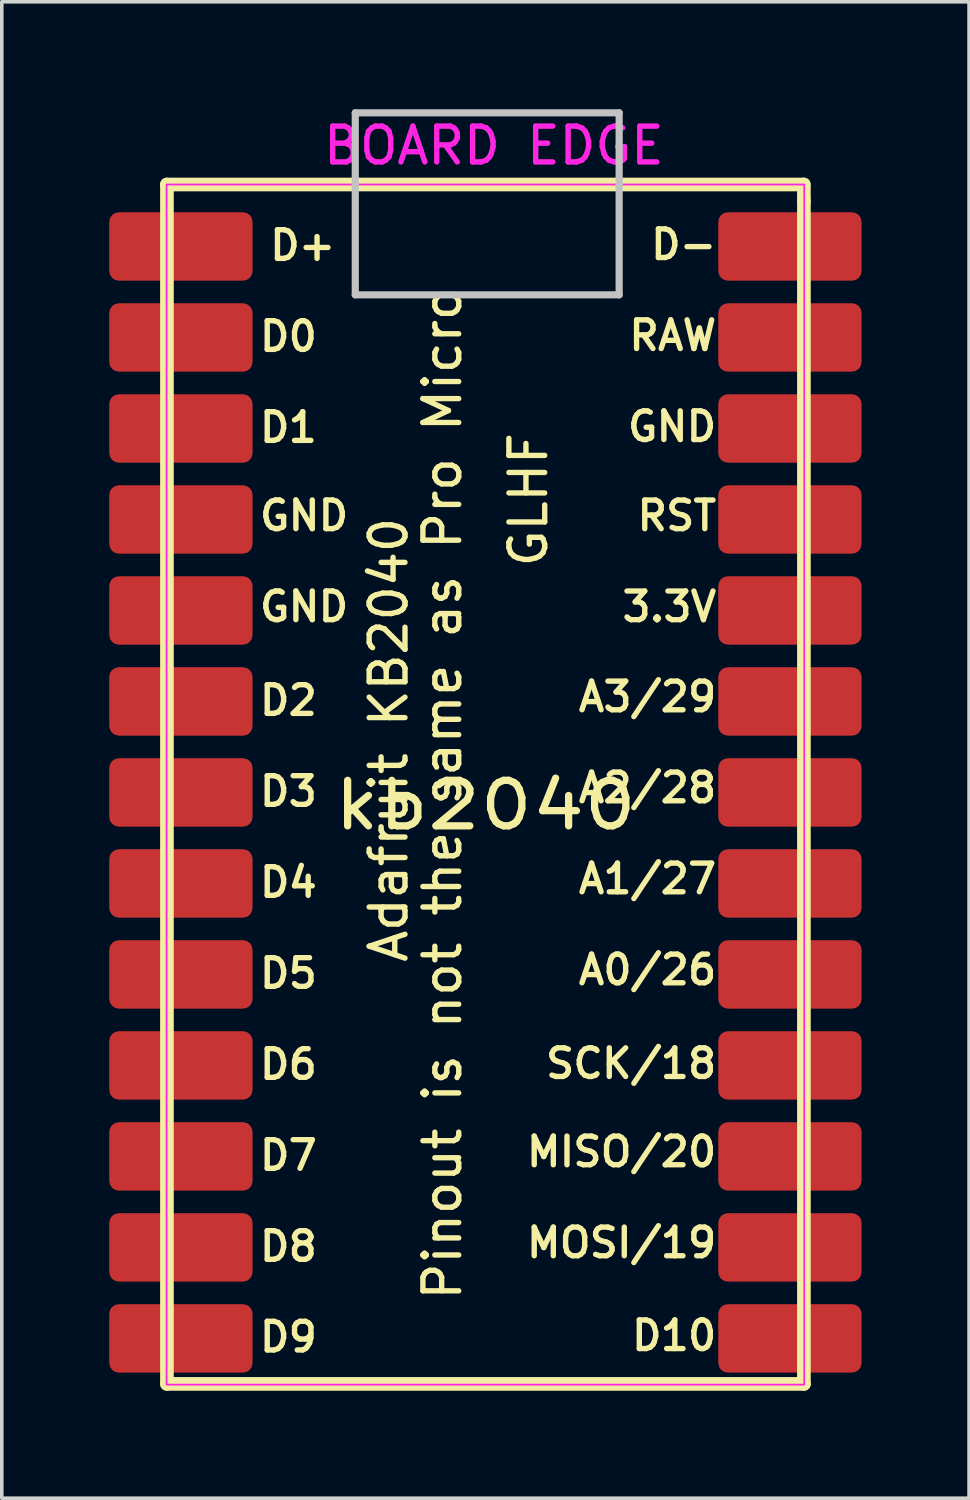
<source format=kicad_pcb>
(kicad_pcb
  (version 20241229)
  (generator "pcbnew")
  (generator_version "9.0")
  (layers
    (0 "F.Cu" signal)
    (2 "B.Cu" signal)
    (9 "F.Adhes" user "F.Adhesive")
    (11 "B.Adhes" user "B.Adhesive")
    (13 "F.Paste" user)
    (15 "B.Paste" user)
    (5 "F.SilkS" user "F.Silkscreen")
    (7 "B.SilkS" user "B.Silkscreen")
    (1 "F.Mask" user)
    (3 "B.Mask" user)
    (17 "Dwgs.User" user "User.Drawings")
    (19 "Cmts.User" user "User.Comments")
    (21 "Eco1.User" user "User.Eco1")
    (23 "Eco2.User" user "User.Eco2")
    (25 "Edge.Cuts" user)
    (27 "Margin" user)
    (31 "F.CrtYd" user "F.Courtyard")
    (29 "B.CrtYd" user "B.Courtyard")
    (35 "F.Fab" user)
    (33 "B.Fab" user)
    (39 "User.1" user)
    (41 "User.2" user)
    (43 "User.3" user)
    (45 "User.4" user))
  (footprint "kb2040"
    (layer "F.Cu")
    (at 10.5 17.8)
    (property "Reference" "kb2040" (at 0 1.625 0) (layer "F.SilkS") (effects (font (size 1.27 1.524) (thickness 0.203))))
    (attr through_hole)
    (fp_line (start -8.89 -15.7) (end -8.89 17.78) (stroke (width 0.381) (type solid)) (layer "F.SilkS"))
    (fp_line (start -8.89 17.78) (end 8.89 17.78) (stroke (width 0.381) (type solid)) (layer "F.SilkS"))
    (fp_line (start 8.88 -15.7) (end -8.89 -15.7) (stroke (width 0.381) (type solid)) (layer "F.SilkS"))
    (fp_line (start 8.89 -15.24) (end 8.89 -15.7) (stroke (width 0.381) (type solid)) (layer "F.SilkS"))
    (fp_line (start 8.89 17.78) (end 8.89 -15.24) (stroke (width 0.381) (type solid)) (layer "F.SilkS"))
    (fp_line (start -3.633 -17.7) (end 3.733 -17.7) (stroke (width 0.2) (type solid)) (layer "Dwgs.User"))
    (fp_line (start -3.633 -12.62) (end -3.633 -17.7) (stroke (width 0.2) (type solid)) (layer "Dwgs.User"))
    (fp_line (start 3.733 -17.7) (end 3.733 -12.62) (stroke (width 0.2) (type solid)) (layer "Dwgs.User"))
    (fp_line (start 3.733 -12.62) (end -3.633 -12.62) (stroke (width 0.2) (type solid)) (layer "Dwgs.User"))
    (fp_rect (start -8.9 -15.7) (end 8.9 17.8) (stroke (width 0.05) (type solid)) (fill no) (layer "F.CrtYd"))
    (fp_text user "GND" (at 5.21 -8.944 0) (layer "F.SilkS") (effects (font (size 0.8 0.8) (thickness 0.15))))
    (fp_text user "3.3V" (at 5.133 -3.915 0) (layer "F.SilkS") (effects (font (size 0.8 0.8) (thickness 0.15))))
    (fp_text user "MOSI/19" (at 3.8 13.84 0) (layer "F.SilkS") (effects (font (size 0.8 0.8) (thickness 0.15))))
    (fp_text user "D7" (at -5.5 11.4 0) (layer "F.SilkS") (effects (font (size 0.8 0.8) (thickness 0.15))))
    (fp_text user "D5" (at -5.5 6.32 0) (layer "F.SilkS") (effects (font (size 0.8 0.8) (thickness 0.15))))
    (fp_text user "Adafruit KB2040" (at -2.7 -0.2 90) (unlocked yes) (layer "F.SilkS") (effects (font (size 1 1) (thickness 0.15))))
    (fp_text user "Pinout is not the same as Pro Micro" (at -1.2 1.3 90) (unlocked yes) (layer "F.SilkS") (effects (font (size 1 1) (thickness 0.15))))
    (fp_text user "D4" (at -5.5 3.78 0) (layer "F.SilkS") (effects (font (size 0.8 0.8) (thickness 0.15))))
    (fp_text user "RAW" (at 5.229 -11.484 0) (layer "F.SilkS") (effects (font (size 0.8 0.8) (thickness 0.15))))
    (fp_text user "GLHF" (at 1.2 -6.9 90) (unlocked yes) (layer "F.SilkS") (effects (font (size 1 1) (thickness 0.15))))
    (fp_text user "A2/28" (at 4.524 1.14 0) (layer "F.SilkS") (effects (font (size 0.8 0.8) (thickness 0.15))))
    (fp_text user "D2" (at -5.5 -1.3 0) (layer "F.SilkS") (effects (font (size 0.8 0.8) (thickness 0.15))))
    (fp_text user "GND" (at -5.062 -3.916 0) (layer "F.SilkS") (effects (font (size 0.8 0.8) (thickness 0.15))))
    (fp_text user "D8" (at -5.5 13.94 0) (layer "F.SilkS") (effects (font (size 0.8 0.8) (thickness 0.15))))
    (fp_text user "D6" (at -5.5 8.86 0) (layer "F.SilkS") (effects (font (size 0.8 0.8) (thickness 0.15))))
    (fp_text user "D-" (at 5.533 -14.024 0) (layer "F.SilkS") (effects (font (size 0.8 0.8) (thickness 0.15))))
    (fp_text user "A3/29" (at 4.524 -1.4 0) (layer "F.SilkS") (effects (font (size 0.8 0.8) (thickness 0.15))))
    (fp_text user "A0/26" (at 4.524 6.22 0) (layer "F.SilkS") (effects (font (size 0.8 0.8) (thickness 0.15))))
    (fp_text user "RST" (at 5.343 -6.455 0) (layer "F.SilkS") (effects (font (size 0.8 0.8) (thickness 0.15))))
    (fp_text user "D+" (at -5.1 -14 0) (layer "F.SilkS") (effects (font (size 0.8 0.8) (thickness 0.15))))
    (fp_text user "D0" (at -5.5 -11.46 0) (layer "F.SilkS") (effects (font (size 0.8 0.8) (thickness 0.15))))
    (fp_text user "D3" (at -5.5 1.24 0) (layer "F.SilkS") (effects (font (size 0.8 0.8) (thickness 0.15))))
    (fp_text user "MISO/20" (at 3.8 11.3 0) (layer "F.SilkS") (effects (font (size 0.8 0.8) (thickness 0.15))))
    (fp_text user "SCK/18" (at 4.067 8.836 0) (layer "F.SilkS") (effects (font (size 0.8 0.8) (thickness 0.15))))
    (fp_text user "D9" (at -5.5 16.47 0) (layer "F.SilkS") (effects (font (size 0.8 0.8) (thickness 0.15))))
    (fp_text user "D10" (at 5.267 16.431 0) (layer "F.SilkS") (effects (font (size 0.8 0.8) (thickness 0.15))))
    (fp_text user "A1/27" (at 4.524 3.68 0) (layer "F.SilkS") (effects (font (size 0.8 0.8) (thickness 0.15))))
    (fp_text user "D1" (at -5.5 -8.92 0) (layer "F.SilkS") (effects (font (size 0.8 0.8) (thickness 0.15))))
    (fp_text user "GND" (at -5.062 -6.456 0) (layer "F.SilkS") (effects (font (size 0.8 0.8) (thickness 0.15))))
    (fp_text user "BOARD EDGE" (at -4.6 -16.2 0) (unlocked yes) (layer "F.CrtYd") (effects (font (size 1 1) (thickness 0.15)) (justify left bottom)))
    (pad "1" smd roundrect (at -8.5 -13.97 270) (size 1.91 4) (layers "F.Cu" "F.Mask" "F.Paste") (roundrect_rratio 0.14))
    (pad "2" smd roundrect (at -8.5 -11.43 270) (size 1.91 4) (layers "F.Cu" "F.Mask" "F.Paste") (roundrect_rratio 0.14))
    (pad "3" smd roundrect (at -8.5 -8.89 270) (size 1.91 4) (layers "F.Cu" "F.Mask" "F.Paste") (roundrect_rratio 0.14))
    (pad "4" smd roundrect (at -8.5 -6.35 270) (size 1.91 4) (layers "F.Cu" "F.Mask" "F.Paste") (roundrect_rratio 0.14))
    (pad "5" smd roundrect (at -8.5 -3.81 270) (size 1.91 4) (layers "F.Cu" "F.Mask" "F.Paste") (roundrect_rratio 0.14))
    (pad "6" smd roundrect (at -8.5 -1.27 270) (size 1.91 4) (layers "F.Cu" "F.Mask" "F.Paste") (roundrect_rratio 0.14))
    (pad "7" smd roundrect (at -8.5 1.27 270) (size 1.91 4) (layers "F.Cu" "F.Mask" "F.Paste") (roundrect_rratio 0.14))
    (pad "8" smd roundrect (at -8.5 3.81 270) (size 1.91 4) (layers "F.Cu" "F.Mask" "F.Paste") (roundrect_rratio 0.14))
    (pad "9" smd roundrect (at -8.5 6.35 270) (size 1.91 4) (layers "F.Cu" "F.Mask" "F.Paste") (roundrect_rratio 0.14))
    (pad "10" smd roundrect (at -8.5 8.89 270) (size 1.91 4) (layers "F.Cu" "F.Mask" "F.Paste") (roundrect_rratio 0.14))
    (pad "11" smd roundrect (at -8.5 11.43 270) (size 1.91 4) (layers "F.Cu" "F.Mask" "F.Paste") (roundrect_rratio 0.14))
    (pad "12" smd roundrect (at -8.5 13.97 270) (size 1.91 4) (layers "F.Cu" "F.Mask" "F.Paste") (roundrect_rratio 0.14))
    (pad "13" smd roundrect (at -8.5 16.51 270) (size 1.91 4) (layers "F.Cu" "F.Mask" "F.Paste") (roundrect_rratio 0.14))
    (pad "14" smd roundrect (at 8.5 -13.97 270) (size 1.91 4) (layers "F.Cu" "F.Mask" "F.Paste") (roundrect_rratio 0.14))
    (pad "15" smd roundrect (at 8.5 -11.43 270) (size 1.91 4) (layers "F.Cu" "F.Mask" "F.Paste") (roundrect_rratio 0.14))
    (pad "16" smd roundrect (at 8.5 -8.89 270) (size 1.91 4) (layers "F.Cu" "F.Mask" "F.Paste") (roundrect_rratio 0.14))
    (pad "17" smd roundrect (at 8.5 -6.35 270) (size 1.91 4) (layers "F.Cu" "F.Mask" "F.Paste") (roundrect_rratio 0.14))
    (pad "18" smd roundrect (at 8.5 -3.81 270) (size 1.91 4) (layers "F.Cu" "F.Mask" "F.Paste") (roundrect_rratio 0.14))
    (pad "19" smd roundrect (at 8.5 -1.27 270) (size 1.91 4) (layers "F.Cu" "F.Mask" "F.Paste") (roundrect_rratio 0.14))
    (pad "20" smd roundrect (at 8.5 1.27 270) (size 1.91 4) (layers "F.Cu" "F.Mask" "F.Paste") (roundrect_rratio 0.14))
    (pad "21" smd roundrect (at 8.5 3.81 270) (size 1.91 4) (layers "F.Cu" "F.Mask" "F.Paste") (roundrect_rratio 0.14))
    (pad "22" smd roundrect (at 8.5 6.35 270) (size 1.91 4) (layers "F.Cu" "F.Mask" "F.Paste") (roundrect_rratio 0.14))
    (pad "23" smd roundrect (at 8.5 8.89 270) (size 1.91 4) (layers "F.Cu" "F.Mask" "F.Paste") (roundrect_rratio 0.14))
    (pad "24" smd roundrect (at 8.5 11.43 270) (size 1.91 4) (layers "F.Cu" "F.Mask" "F.Paste") (roundrect_rratio 0.14))
    (pad "25" smd roundrect (at 8.5 13.97 270) (size 1.91 4) (layers "F.Cu" "F.Mask" "F.Paste") (roundrect_rratio 0.14))
    (pad "26" smd roundrect (at 8.5 16.51 270) (size 1.91 4) (layers "F.Cu" "F.Mask" "F.Paste") (roundrect_rratio 0.14)))
  (gr_rect
    (start -3 -3)
    (end 24 38.77)
    (stroke (width 0.1) (type default))
    (fill no)
    (layer "Edge.Cuts")))
</source>
